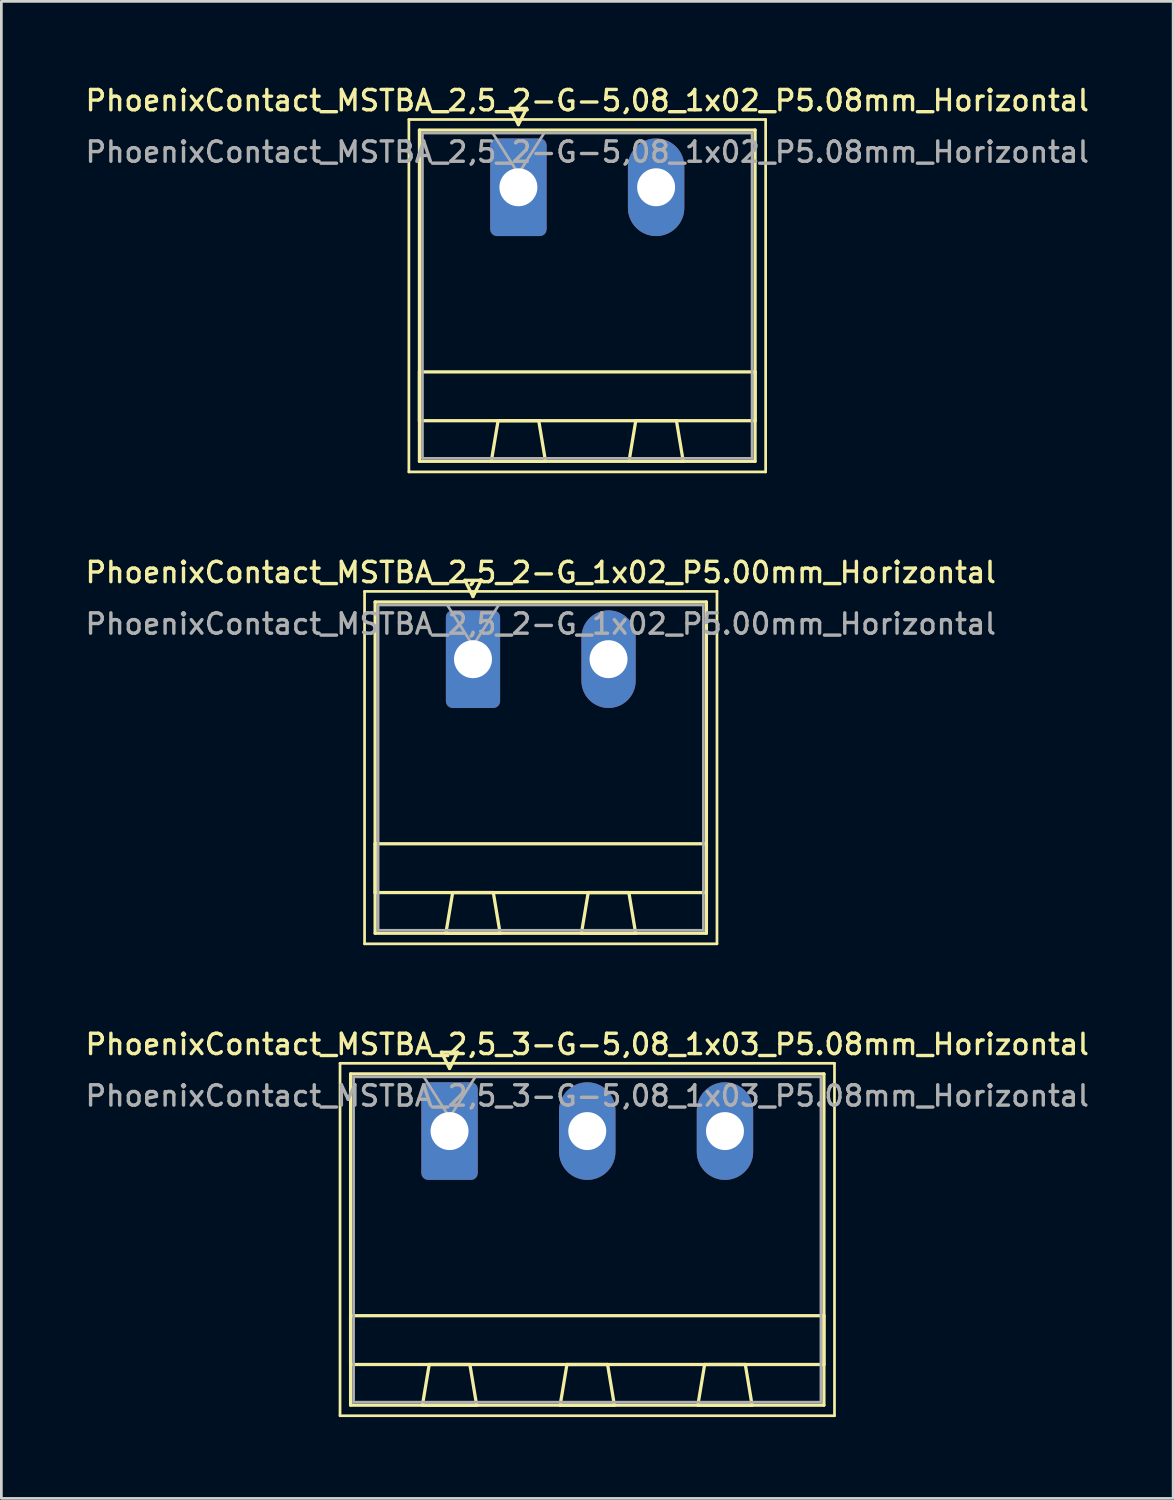
<source format=kicad_pcb>
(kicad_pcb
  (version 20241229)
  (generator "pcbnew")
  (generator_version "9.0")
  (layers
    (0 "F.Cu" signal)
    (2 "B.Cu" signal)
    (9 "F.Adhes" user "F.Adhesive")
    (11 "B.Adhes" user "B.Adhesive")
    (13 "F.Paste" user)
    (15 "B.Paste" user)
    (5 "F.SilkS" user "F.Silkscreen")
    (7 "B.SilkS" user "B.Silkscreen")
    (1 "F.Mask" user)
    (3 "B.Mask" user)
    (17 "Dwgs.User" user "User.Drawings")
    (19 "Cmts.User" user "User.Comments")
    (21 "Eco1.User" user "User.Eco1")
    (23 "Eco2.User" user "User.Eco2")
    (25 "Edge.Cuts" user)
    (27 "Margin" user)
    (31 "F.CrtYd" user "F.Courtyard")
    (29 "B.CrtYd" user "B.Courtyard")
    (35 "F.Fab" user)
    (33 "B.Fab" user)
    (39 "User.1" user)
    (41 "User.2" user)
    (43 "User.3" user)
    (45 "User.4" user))
  (footprint "PhoenixContact_MSTBA_2,5_3-G-5,08_1x03_P5.08mm_Horizontal"
    (layer "F.Cu")
    (at 13.533 38.674)
    (property "Reference" "PhoenixContact_MSTBA_2,5_3-G-5,08_1x03_P5.08mm_Horizontal" (at 5.08 -3.2 0) (layer "F.SilkS") (effects (font (size 0.75 0.75) (thickness 0.125))))
    (attr through_hole)
    (fp_line (start -4.04 -2.5) (end -4.04 10.5) (stroke (width 0.1) (type solid)) (layer "F.SilkS"))
    (fp_line (start -4.04 10.5) (end 14.2 10.5) (stroke (width 0.1) (type solid)) (layer "F.SilkS"))
    (fp_line (start -3.65 -2.11) (end -3.65 10.11) (stroke (width 0.12) (type solid)) (layer "F.SilkS"))
    (fp_line (start -3.65 6.81) (end 13.81 6.81) (stroke (width 0.12) (type solid)) (layer "F.SilkS"))
    (fp_line (start -3.65 8.61) (end -3.65 6.81) (stroke (width 0.12) (type solid)) (layer "F.SilkS"))
    (fp_line (start -3.65 10.11) (end 13.81 10.11) (stroke (width 0.12) (type solid)) (layer "F.SilkS"))
    (fp_line (start -1 10.11) (end 1 10.11) (stroke (width 0.12) (type solid)) (layer "F.SilkS"))
    (fp_line (start -0.75 8.61) (end -1 10.11) (stroke (width 0.12) (type solid)) (layer "F.SilkS"))
    (fp_line (start -0.3 -2.91) (end 0.3 -2.91) (stroke (width 0.12) (type solid)) (layer "F.SilkS"))
    (fp_line (start 0 -2.31) (end -0.3 -2.91) (stroke (width 0.12) (type solid)) (layer "F.SilkS"))
    (fp_line (start 0.3 -2.91) (end 0 -2.31) (stroke (width 0.12) (type solid)) (layer "F.SilkS"))
    (fp_line (start 0.75 8.61) (end -0.75 8.61) (stroke (width 0.12) (type solid)) (layer "F.SilkS"))
    (fp_line (start 1 10.11) (end 0.75 8.61) (stroke (width 0.12) (type solid)) (layer "F.SilkS"))
    (fp_line (start 4.08 10.11) (end 6.08 10.11) (stroke (width 0.12) (type solid)) (layer "F.SilkS"))
    (fp_line (start 4.33 8.61) (end 4.08 10.11) (stroke (width 0.12) (type solid)) (layer "F.SilkS"))
    (fp_line (start 5.83 8.61) (end 4.33 8.61) (stroke (width 0.12) (type solid)) (layer "F.SilkS"))
    (fp_line (start 6.08 10.11) (end 5.83 8.61) (stroke (width 0.12) (type solid)) (layer "F.SilkS"))
    (fp_line (start 9.16 10.11) (end 11.16 10.11) (stroke (width 0.12) (type solid)) (layer "F.SilkS"))
    (fp_line (start 9.41 8.61) (end 9.16 10.11) (stroke (width 0.12) (type solid)) (layer "F.SilkS"))
    (fp_line (start 10.91 8.61) (end 9.41 8.61) (stroke (width 0.12) (type solid)) (layer "F.SilkS"))
    (fp_line (start 11.16 10.11) (end 10.91 8.61) (stroke (width 0.12) (type solid)) (layer "F.SilkS"))
    (fp_line (start 13.81 -2.11) (end -3.65 -2.11) (stroke (width 0.12) (type solid)) (layer "F.SilkS"))
    (fp_line (start 13.81 6.81) (end 13.81 8.61) (stroke (width 0.12) (type solid)) (layer "F.SilkS"))
    (fp_line (start 13.81 8.61) (end -3.65 8.61) (stroke (width 0.12) (type solid)) (layer "F.SilkS"))
    (fp_line (start 13.81 10.11) (end 13.81 -2.11) (stroke (width 0.12) (type solid)) (layer "F.SilkS"))
    (fp_line (start 14.2 -2.5) (end -4.04 -2.5) (stroke (width 0.1) (type solid)) (layer "F.SilkS"))
    (fp_line (start 14.2 10.5) (end 14.2 -2.5) (stroke (width 0.1) (type solid)) (layer "F.SilkS"))
    (fp_line (start -3.54 -2) (end -3.54 10) (stroke (width 0.1) (type solid)) (layer "F.Fab"))
    (fp_line (start -3.54 10) (end 13.7 10) (stroke (width 0.1) (type solid)) (layer "F.Fab"))
    (fp_line (start 0 -0.5) (end -0.95 -2) (stroke (width 0.1) (type solid)) (layer "F.Fab"))
    (fp_line (start 0.95 -2) (end 0 -0.5) (stroke (width 0.1) (type solid)) (layer "F.Fab"))
    (fp_line (start 13.7 -2) (end -3.54 -2) (stroke (width 0.1) (type solid)) (layer "F.Fab"))
    (fp_line (start 13.7 10) (end 13.7 -2) (stroke (width 0.1) (type solid)) (layer "F.Fab"))
    (fp_text user "${REFERENCE}" (at 5.08 -1.3 0) (layer "F.Fab") (effects (font (size 0.75 0.75) (thickness 0.125))))
    (pad "1" thru_hole roundrect (at 0 0) (size 2.08 3.6) (drill 1.4) (layers "*.Cu" "*.Mask") (roundrect_rratio 0.12))
    (pad "2" thru_hole oval (at 5.08 0) (size 2.08 3.6) (drill 1.4) (layers "*.Cu" "*.Mask"))
    (pad "3" thru_hole oval (at 10.16 0) (size 2.08 3.6) (drill 1.4) (layers "*.Cu" "*.Mask")))
  (footprint "PhoenixContact_MSTBA_2,5_2-G-5,08_1x02_P5.08mm_Horizontal"
    (layer "F.Cu")
    (at 16.073 3.858)
    (property "Reference" "PhoenixContact_MSTBA_2,5_2-G-5,08_1x02_P5.08mm_Horizontal" (at 2.54 -3.2 0) (layer "F.SilkS") (effects (font (size 0.75 0.75) (thickness 0.125))))
    (attr through_hole)
    (fp_line (start -4.04 -2.5) (end -4.04 10.5) (stroke (width 0.1) (type solid)) (layer "F.SilkS"))
    (fp_line (start -4.04 10.5) (end 9.12 10.5) (stroke (width 0.1) (type solid)) (layer "F.SilkS"))
    (fp_line (start -3.65 -2.11) (end -3.65 10.11) (stroke (width 0.12) (type solid)) (layer "F.SilkS"))
    (fp_line (start -3.65 6.81) (end 8.73 6.81) (stroke (width 0.12) (type solid)) (layer "F.SilkS"))
    (fp_line (start -3.65 8.61) (end -3.65 6.81) (stroke (width 0.12) (type solid)) (layer "F.SilkS"))
    (fp_line (start -3.65 10.11) (end 8.73 10.11) (stroke (width 0.12) (type solid)) (layer "F.SilkS"))
    (fp_line (start -1 10.11) (end 1 10.11) (stroke (width 0.12) (type solid)) (layer "F.SilkS"))
    (fp_line (start -0.75 8.61) (end -1 10.11) (stroke (width 0.12) (type solid)) (layer "F.SilkS"))
    (fp_line (start -0.3 -2.91) (end 0.3 -2.91) (stroke (width 0.12) (type solid)) (layer "F.SilkS"))
    (fp_line (start 0 -2.31) (end -0.3 -2.91) (stroke (width 0.12) (type solid)) (layer "F.SilkS"))
    (fp_line (start 0.3 -2.91) (end 0 -2.31) (stroke (width 0.12) (type solid)) (layer "F.SilkS"))
    (fp_line (start 0.75 8.61) (end -0.75 8.61) (stroke (width 0.12) (type solid)) (layer "F.SilkS"))
    (fp_line (start 1 10.11) (end 0.75 8.61) (stroke (width 0.12) (type solid)) (layer "F.SilkS"))
    (fp_line (start 4.08 10.11) (end 6.08 10.11) (stroke (width 0.12) (type solid)) (layer "F.SilkS"))
    (fp_line (start 4.33 8.61) (end 4.08 10.11) (stroke (width 0.12) (type solid)) (layer "F.SilkS"))
    (fp_line (start 5.83 8.61) (end 4.33 8.61) (stroke (width 0.12) (type solid)) (layer "F.SilkS"))
    (fp_line (start 6.08 10.11) (end 5.83 8.61) (stroke (width 0.12) (type solid)) (layer "F.SilkS"))
    (fp_line (start 8.73 -2.11) (end -3.65 -2.11) (stroke (width 0.12) (type solid)) (layer "F.SilkS"))
    (fp_line (start 8.73 6.81) (end 8.73 8.61) (stroke (width 0.12) (type solid)) (layer "F.SilkS"))
    (fp_line (start 8.73 8.61) (end -3.65 8.61) (stroke (width 0.12) (type solid)) (layer "F.SilkS"))
    (fp_line (start 8.73 10.11) (end 8.73 -2.11) (stroke (width 0.12) (type solid)) (layer "F.SilkS"))
    (fp_line (start 9.12 -2.5) (end -4.04 -2.5) (stroke (width 0.1) (type solid)) (layer "F.SilkS"))
    (fp_line (start 9.12 10.5) (end 9.12 -2.5) (stroke (width 0.1) (type solid)) (layer "F.SilkS"))
    (fp_line (start -3.54 -2) (end -3.54 10) (stroke (width 0.1) (type solid)) (layer "F.Fab"))
    (fp_line (start -3.54 10) (end 8.62 10) (stroke (width 0.1) (type solid)) (layer "F.Fab"))
    (fp_line (start 0 -0.5) (end -0.95 -2) (stroke (width 0.1) (type solid)) (layer "F.Fab"))
    (fp_line (start 0.95 -2) (end 0 -0.5) (stroke (width 0.1) (type solid)) (layer "F.Fab"))
    (fp_line (start 8.62 -2) (end -3.54 -2) (stroke (width 0.1) (type solid)) (layer "F.Fab"))
    (fp_line (start 8.62 10) (end 8.62 -2) (stroke (width 0.1) (type solid)) (layer "F.Fab"))
    (fp_text user "${REFERENCE}" (at 2.54 -1.3 0) (layer "F.Fab") (effects (font (size 0.75 0.75) (thickness 0.125))))
    (pad "1" thru_hole roundrect (at 0 0) (size 2.08 3.6) (drill 1.4) (layers "*.Cu" "*.Mask") (roundrect_rratio 0.12))
    (pad "2" thru_hole oval (at 5.08 0) (size 2.08 3.6) (drill 1.4) (layers "*.Cu" "*.Mask")))
  (footprint "PhoenixContact_MSTBA_2,5_2-G_1x02_P5.00mm_Horizontal"
    (layer "F.Cu")
    (at 14.398 21.266)
    (property "Reference" "PhoenixContact_MSTBA_2,5_2-G_1x02_P5.00mm_Horizontal" (at 2.5 -3.2 0) (layer "F.SilkS") (effects (font (size 0.75 0.75) (thickness 0.125))))
    (attr through_hole)
    (fp_line (start -4 -2.5) (end -4 10.5) (stroke (width 0.1) (type solid)) (layer "F.SilkS"))
    (fp_line (start -4 10.5) (end 9 10.5) (stroke (width 0.1) (type solid)) (layer "F.SilkS"))
    (fp_line (start -3.61 -2.11) (end -3.61 10.11) (stroke (width 0.12) (type solid)) (layer "F.SilkS"))
    (fp_line (start -3.61 6.81) (end 8.61 6.81) (stroke (width 0.12) (type solid)) (layer "F.SilkS"))
    (fp_line (start -3.61 8.61) (end -3.61 6.81) (stroke (width 0.12) (type solid)) (layer "F.SilkS"))
    (fp_line (start -3.61 10.11) (end 8.61 10.11) (stroke (width 0.12) (type solid)) (layer "F.SilkS"))
    (fp_line (start -1 10.11) (end 1 10.11) (stroke (width 0.12) (type solid)) (layer "F.SilkS"))
    (fp_line (start -0.75 8.61) (end -1 10.11) (stroke (width 0.12) (type solid)) (layer "F.SilkS"))
    (fp_line (start -0.3 -2.91) (end 0.3 -2.91) (stroke (width 0.12) (type solid)) (layer "F.SilkS"))
    (fp_line (start 0 -2.31) (end -0.3 -2.91) (stroke (width 0.12) (type solid)) (layer "F.SilkS"))
    (fp_line (start 0.3 -2.91) (end 0 -2.31) (stroke (width 0.12) (type solid)) (layer "F.SilkS"))
    (fp_line (start 0.75 8.61) (end -0.75 8.61) (stroke (width 0.12) (type solid)) (layer "F.SilkS"))
    (fp_line (start 1 10.11) (end 0.75 8.61) (stroke (width 0.12) (type solid)) (layer "F.SilkS"))
    (fp_line (start 4 10.11) (end 6 10.11) (stroke (width 0.12) (type solid)) (layer "F.SilkS"))
    (fp_line (start 4.25 8.61) (end 4 10.11) (stroke (width 0.12) (type solid)) (layer "F.SilkS"))
    (fp_line (start 5.75 8.61) (end 4.25 8.61) (stroke (width 0.12) (type solid)) (layer "F.SilkS"))
    (fp_line (start 6 10.11) (end 5.75 8.61) (stroke (width 0.12) (type solid)) (layer "F.SilkS"))
    (fp_line (start 8.61 -2.11) (end -3.61 -2.11) (stroke (width 0.12) (type solid)) (layer "F.SilkS"))
    (fp_line (start 8.61 6.81) (end 8.61 8.61) (stroke (width 0.12) (type solid)) (layer "F.SilkS"))
    (fp_line (start 8.61 8.61) (end -3.61 8.61) (stroke (width 0.12) (type solid)) (layer "F.SilkS"))
    (fp_line (start 8.61 10.11) (end 8.61 -2.11) (stroke (width 0.12) (type solid)) (layer "F.SilkS"))
    (fp_line (start 9 -2.5) (end -4 -2.5) (stroke (width 0.1) (type solid)) (layer "F.SilkS"))
    (fp_line (start 9 10.5) (end 9 -2.5) (stroke (width 0.1) (type solid)) (layer "F.SilkS"))
    (fp_line (start -3.5 -2) (end -3.5 10) (stroke (width 0.1) (type solid)) (layer "F.Fab"))
    (fp_line (start -3.5 10) (end 8.5 10) (stroke (width 0.1) (type solid)) (layer "F.Fab"))
    (fp_line (start 0 -0.5) (end -0.95 -2) (stroke (width 0.1) (type solid)) (layer "F.Fab"))
    (fp_line (start 0.95 -2) (end 0 -0.5) (stroke (width 0.1) (type solid)) (layer "F.Fab"))
    (fp_line (start 8.5 -2) (end -3.5 -2) (stroke (width 0.1) (type solid)) (layer "F.Fab"))
    (fp_line (start 8.5 10) (end 8.5 -2) (stroke (width 0.1) (type solid)) (layer "F.Fab"))
    (fp_text user "${REFERENCE}" (at 2.5 -1.3 0) (layer "F.Fab") (effects (font (size 0.75 0.75) (thickness 0.125))))
    (pad "1" thru_hole roundrect (at 0 0) (size 2 3.6) (drill 1.4) (layers "*.Cu" "*.Mask") (roundrect_rratio 0.125))
    (pad "2" thru_hole oval (at 5 0) (size 2 3.6) (drill 1.4) (layers "*.Cu" "*.Mask")))
  (gr_rect
    (start -3 -3)
    (end 40.225 52.224)
    (stroke (width 0.1) (type default))
    (fill no)
    (layer "Edge.Cuts")))
</source>
